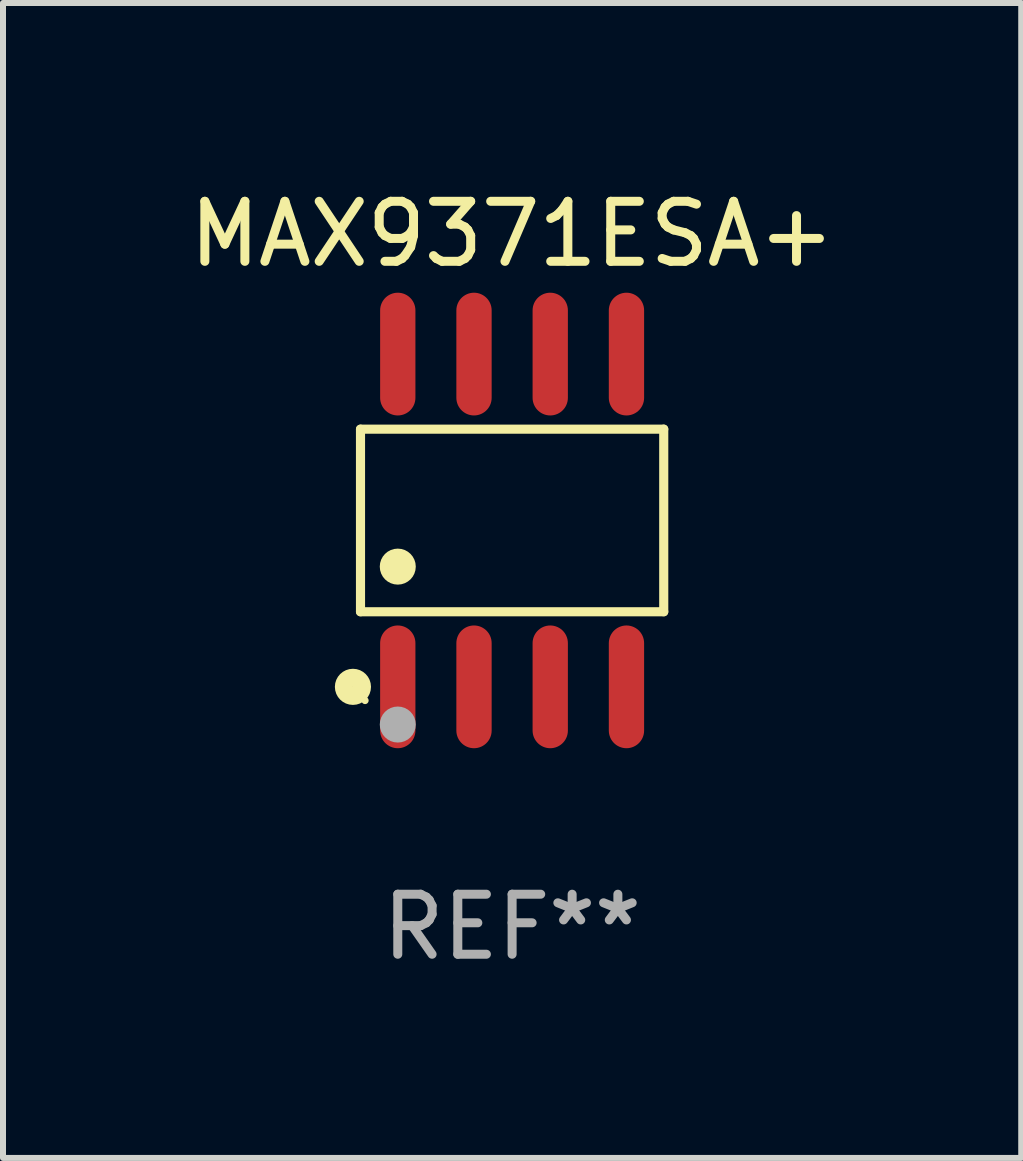
<source format=kicad_pcb>
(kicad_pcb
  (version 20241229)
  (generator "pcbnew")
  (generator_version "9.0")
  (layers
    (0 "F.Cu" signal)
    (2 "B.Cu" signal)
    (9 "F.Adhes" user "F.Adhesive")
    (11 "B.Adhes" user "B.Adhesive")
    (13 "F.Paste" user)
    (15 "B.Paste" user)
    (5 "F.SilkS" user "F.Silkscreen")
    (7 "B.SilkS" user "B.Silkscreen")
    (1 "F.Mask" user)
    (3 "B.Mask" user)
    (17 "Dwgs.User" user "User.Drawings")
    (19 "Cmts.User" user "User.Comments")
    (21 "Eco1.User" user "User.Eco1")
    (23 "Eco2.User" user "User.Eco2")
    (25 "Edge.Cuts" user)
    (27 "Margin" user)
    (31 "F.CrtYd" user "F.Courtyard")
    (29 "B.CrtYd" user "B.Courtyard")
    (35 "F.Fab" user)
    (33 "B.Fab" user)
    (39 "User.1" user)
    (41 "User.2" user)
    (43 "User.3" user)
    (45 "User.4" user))
  (footprint "MAX9371ESA+"
    (layer "F.Cu")
    (at 5.482 5.621)
    (property "Reference" "MAX9371ESA+" (at 0 -4.772 0) (layer "F.SilkS") (effects (font (size 1 1) (thickness 0.15))))
    (attr through_hole)
    (fp_line (start -2.526 -1.521) (end 2.526 -1.521) (stroke (width 0.152) (type solid)) (layer "F.SilkS"))
    (fp_line (start -2.526 1.521) (end -2.526 -1.521) (stroke (width 0.152) (type solid)) (layer "F.SilkS"))
    (fp_line (start 2.526 -1.521) (end 2.526 1.521) (stroke (width 0.152) (type solid)) (layer "F.SilkS"))
    (fp_line (start 2.526 1.521) (end -2.526 1.521) (stroke (width 0.152) (type solid)) (layer "F.SilkS"))
    (fp_circle (center -2.652 2.772) (end -2.501 2.772) (stroke (width 0.3) (type solid)) (fill no) (layer "F.SilkS"))
    (fp_circle (center -2.45 3) (end -2.42 3) (stroke (width 0.06) (type solid)) (fill no) (layer "F.SilkS"))
    (fp_circle (center -1.905 0.769) (end -1.755 0.769) (stroke (width 0.3) (type solid)) (fill no) (layer "F.SilkS"))
    (fp_circle (center -1.905 3.4) (end -1.755 3.4) (stroke (width 0.3) (type solid)) (fill no) (layer "F.Fab"))
    (fp_text user "REF**" (at 0 6.772 0) (layer "F.Fab") (effects (font (size 1 1) (thickness 0.15))))
    (pad "1" smd oval (at -1.905 2.772) (size 0.588 2.045) (layers "F.Cu" "F.Mask" "F.Paste"))
    (pad "2" smd oval (at -0.635 2.772) (size 0.588 2.045) (layers "F.Cu" "F.Mask" "F.Paste"))
    (pad "3" smd oval (at 0.635 2.772) (size 0.588 2.045) (layers "F.Cu" "F.Mask" "F.Paste"))
    (pad "4" smd oval (at 1.905 2.772) (size 0.588 2.045) (layers "F.Cu" "F.Mask" "F.Paste"))
    (pad "5" smd oval (at 1.905 -2.772) (size 0.588 2.045) (layers "F.Cu" "F.Mask" "F.Paste"))
    (pad "6" smd oval (at 0.635 -2.772) (size 0.588 2.045) (layers "F.Cu" "F.Mask" "F.Paste"))
    (pad "7" smd oval (at -0.635 -2.772) (size 0.588 2.045) (layers "F.Cu" "F.Mask" "F.Paste"))
    (pad "8" smd oval (at -1.905 -2.772) (size 0.588 2.045) (layers "F.Cu" "F.Mask" "F.Paste")))
  (gr_rect
    (start -3 -3)
    (end 13.964 16.241)
    (stroke (width 0.1) (type default))
    (fill no)
    (layer "Edge.Cuts")))
</source>
